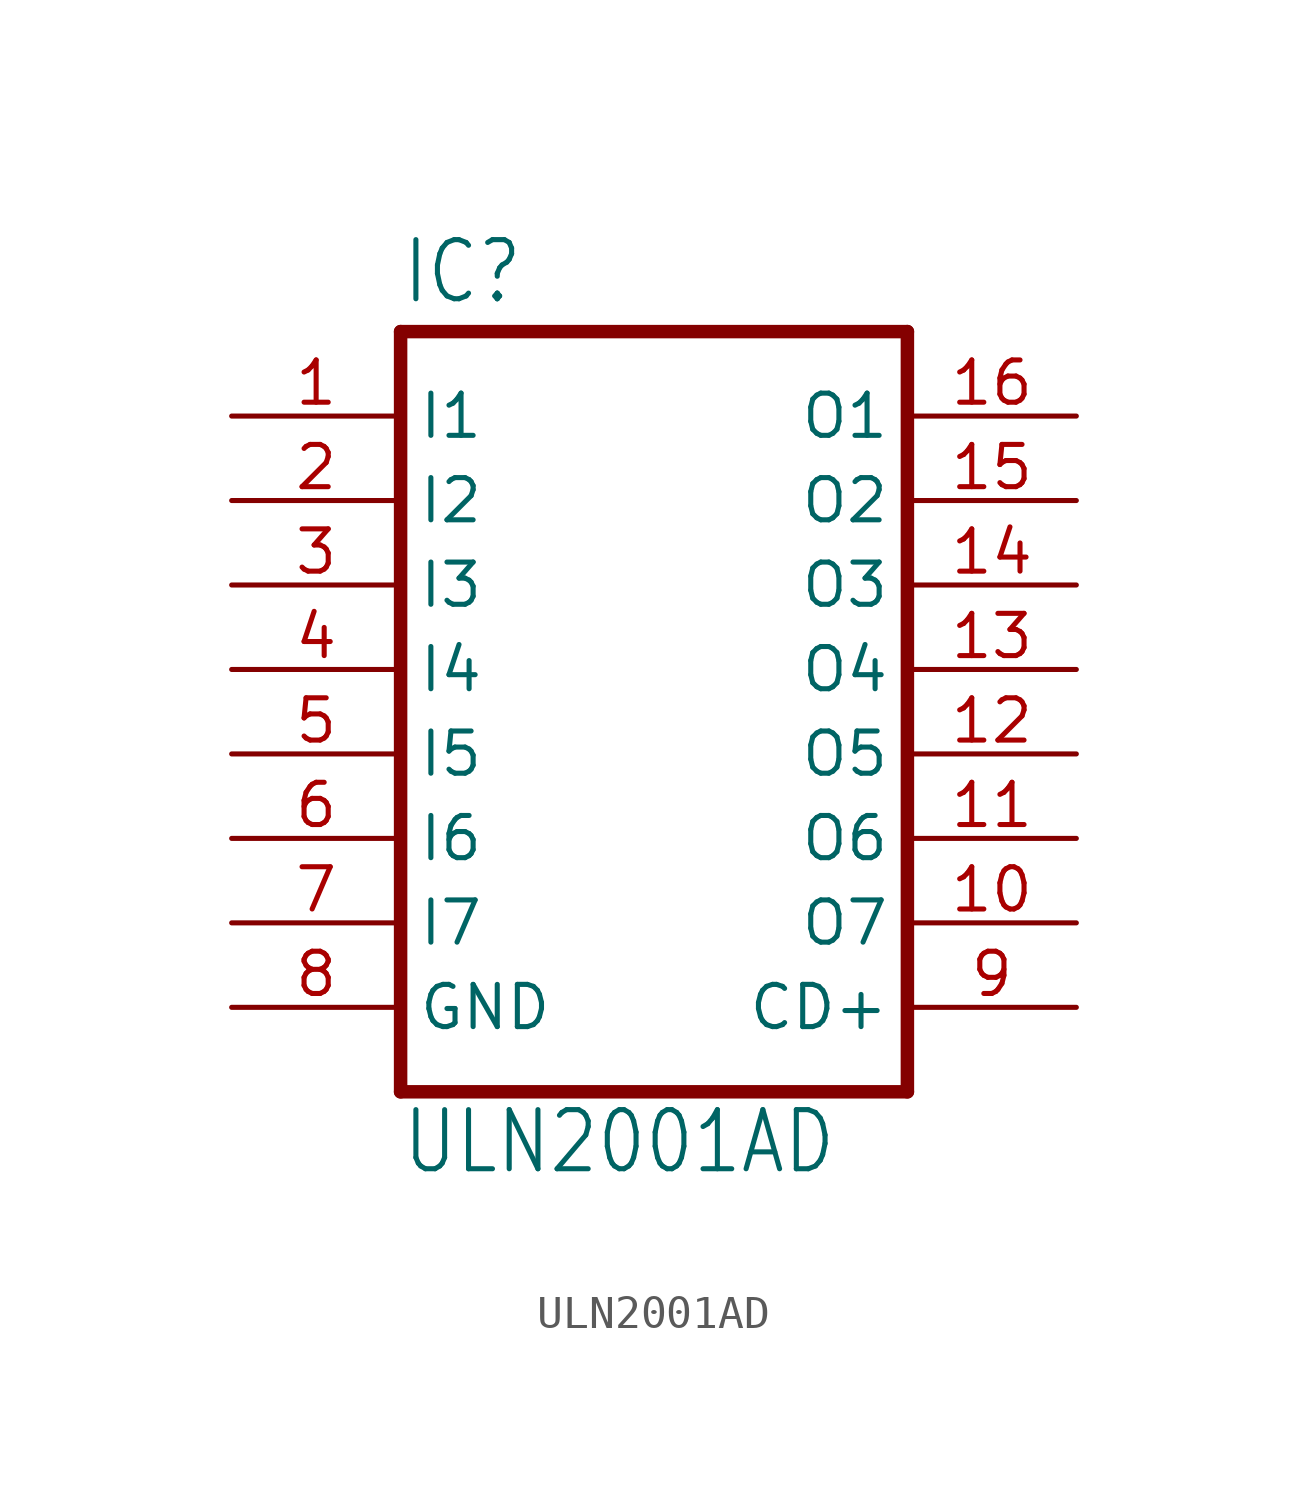
<source format=kicad_sym>
(kicad_symbol_lib
  (version 20220331)
  (generator kicad_symbol_editor)
  (symbol "ULN2001AD"
    (property "Reference" "IC"
      (at -7.62 10.922 0)
      (effects (font (size 1.778 1.511)) (justify left bottom)))
    (property "Value" "ULN2001AD"
      (at -7.62 -15.24 0)
      (effects (font (size 1.778 1.511)) (justify left bottom)))
    (property "ki_locked" ""
      (at 0 0 0)
      (effects (font (size 1.27 1.27))))
    (symbol "ULN2001AD_1_0"
      (polyline (pts (xy -7.62 10.16) (xy -7.62 -12.7)) (stroke (width 0.406) (type solid)) (fill (type none)))
      (polyline (pts (xy -7.62 10.16) (xy 7.62 10.16)) (stroke (width 0.406) (type solid)) (fill (type none)))
      (polyline (pts (xy 7.62 -12.7) (xy -7.62 -12.7)) (stroke (width 0.406) (type solid)) (fill (type none)))
      (polyline (pts (xy 7.62 -12.7) (xy 7.62 10.16)) (stroke (width 0.406) (type solid)) (fill (type none)))
      (pin input line (at -12.7 7.62 0) (length 5.08) (name "I1" (effects (font (size 1.27 1.27)))) (number "1" (effects (font (size 1.27 1.27)))))
      (pin open_collector line (at 12.7 -7.62 180) (length 5.08) (name "O7" (effects (font (size 1.27 1.27)))) (number "10" (effects (font (size 1.27 1.27)))))
      (pin open_collector line (at 12.7 -5.08 180) (length 5.08) (name "O6" (effects (font (size 1.27 1.27)))) (number "11" (effects (font (size 1.27 1.27)))))
      (pin open_collector line (at 12.7 -2.54 180) (length 5.08) (name "O5" (effects (font (size 1.27 1.27)))) (number "12" (effects (font (size 1.27 1.27)))))
      (pin open_collector line (at 12.7 0 180) (length 5.08) (name "O4" (effects (font (size 1.27 1.27)))) (number "13" (effects (font (size 1.27 1.27)))))
      (pin open_collector line (at 12.7 2.54 180) (length 5.08) (name "O3" (effects (font (size 1.27 1.27)))) (number "14" (effects (font (size 1.27 1.27)))))
      (pin open_collector line (at 12.7 5.08 180) (length 5.08) (name "O2" (effects (font (size 1.27 1.27)))) (number "15" (effects (font (size 1.27 1.27)))))
      (pin open_collector line (at 12.7 7.62 180) (length 5.08) (name "O1" (effects (font (size 1.27 1.27)))) (number "16" (effects (font (size 1.27 1.27)))))
      (pin input line (at -12.7 5.08 0) (length 5.08) (name "I2" (effects (font (size 1.27 1.27)))) (number "2" (effects (font (size 1.27 1.27)))))
      (pin input line (at -12.7 2.54 0) (length 5.08) (name "I3" (effects (font (size 1.27 1.27)))) (number "3" (effects (font (size 1.27 1.27)))))
      (pin input line (at -12.7 0 0) (length 5.08) (name "I4" (effects (font (size 1.27 1.27)))) (number "4" (effects (font (size 1.27 1.27)))))
      (pin input line (at -12.7 -2.54 0) (length 5.08) (name "I5" (effects (font (size 1.27 1.27)))) (number "5" (effects (font (size 1.27 1.27)))))
      (pin input line (at -12.7 -5.08 0) (length 5.08) (name "I6" (effects (font (size 1.27 1.27)))) (number "6" (effects (font (size 1.27 1.27)))))
      (pin input line (at -12.7 -7.62 0) (length 5.08) (name "I7" (effects (font (size 1.27 1.27)))) (number "7" (effects (font (size 1.27 1.27)))))
      (pin power_in line (at -12.7 -10.16 0) (length 5.08) (name "GND" (effects (font (size 1.27 1.27)))) (number "8" (effects (font (size 1.27 1.27)))))
      (pin passive line (at 12.7 -10.16 180) (length 5.08) (name "CD+" (effects (font (size 1.27 1.27)))) (number "9" (effects (font (size 1.27 1.27))))))))
</source>
